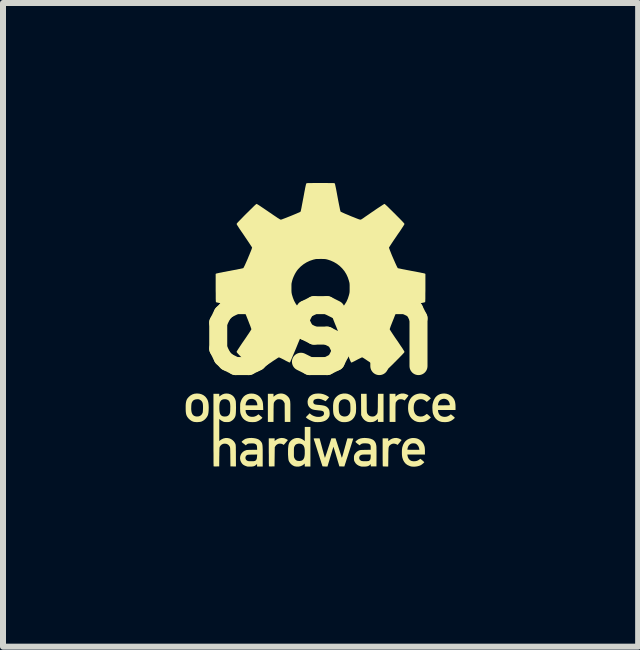
<source format=kicad_pcb>
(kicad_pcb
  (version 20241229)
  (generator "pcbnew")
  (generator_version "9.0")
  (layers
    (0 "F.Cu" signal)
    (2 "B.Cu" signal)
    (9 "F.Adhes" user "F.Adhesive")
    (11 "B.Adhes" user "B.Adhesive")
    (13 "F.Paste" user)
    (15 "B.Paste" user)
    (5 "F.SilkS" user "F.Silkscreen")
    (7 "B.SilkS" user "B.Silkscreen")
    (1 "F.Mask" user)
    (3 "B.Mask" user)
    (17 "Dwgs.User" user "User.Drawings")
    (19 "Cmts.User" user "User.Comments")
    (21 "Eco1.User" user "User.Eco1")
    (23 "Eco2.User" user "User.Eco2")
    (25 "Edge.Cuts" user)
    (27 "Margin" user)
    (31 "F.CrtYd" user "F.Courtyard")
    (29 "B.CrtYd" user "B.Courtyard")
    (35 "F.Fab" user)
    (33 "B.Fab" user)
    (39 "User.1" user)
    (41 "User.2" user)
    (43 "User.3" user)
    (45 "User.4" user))
  (footprint "osh"
    (layer "F.Cu")
    (at 2.293 2.363)
    (property "Reference" "osh" (at 0 0 0) (layer "F.SilkS") (effects (font (size 1.524 1.524) (thickness 0.3))))
    (attr through_hole)
    (fp_poly (pts (xy 1.394 1.148) (xy 1.407 1.151) (xy 1.423 1.156) (xy 1.438 1.162) (xy 1.452 1.169) (xy 1.461 1.175) (xy 1.465 1.18) (xy 1.463 1.184) (xy 1.458 1.193) (xy 1.448 1.206) (xy 1.437 1.22) (xy 1.434 1.224) (xy 1.401 1.263) (xy 1.386 1.253) (xy 1.37 1.246) (xy 1.349 1.242) (xy 1.328 1.242) (xy 1.307 1.245) (xy 1.303 1.247) (xy 1.288 1.255) (xy 1.273 1.269) (xy 1.261 1.284) (xy 1.253 1.299) (xy 1.253 1.3) (xy 1.252 1.308) (xy 1.251 1.323) (xy 1.25 1.345) (xy 1.249 1.373) (xy 1.249 1.408) (xy 1.249 1.448) (xy 1.249 1.467) (xy 1.249 1.62) (xy 1.151 1.62) (xy 1.151 1.151) (xy 1.249 1.151) (xy 1.249 1.2) (xy 1.264 1.186) (xy 1.288 1.168) (xy 1.316 1.155) (xy 1.346 1.147) (xy 1.378 1.146)) (stroke (width 0) (type solid)) (fill yes) (layer "F.SilkS"))
    (fp_poly (pts (xy -0.622 1.889) (xy -0.601 1.893) (xy -0.586 1.899) (xy -0.57 1.906) (xy -0.56 1.912) (xy -0.544 1.922) (xy -0.578 1.963) (xy -0.59 1.977) (xy -0.601 1.989) (xy -0.609 1.998) (xy -0.613 2.002) (xy -0.614 2.003) (xy -0.618 2.001) (xy -0.625 1.996) (xy -0.626 1.995) (xy -0.645 1.986) (xy -0.667 1.982) (xy -0.69 1.982) (xy -0.695 1.983) (xy -0.719 1.992) (xy -0.739 2.006) (xy -0.753 2.024) (xy -0.763 2.042) (xy -0.765 2.201) (xy -0.767 2.361) (xy -0.812 2.362) (xy -0.83 2.362) (xy -0.845 2.362) (xy -0.855 2.361) (xy -0.86 2.36) (xy -0.86 2.36) (xy -0.86 2.356) (xy -0.861 2.345) (xy -0.861 2.328) (xy -0.862 2.305) (xy -0.862 2.278) (xy -0.862 2.246) (xy -0.862 2.21) (xy -0.862 2.172) (xy -0.863 2.131) (xy -0.863 1.894) (xy -0.765 1.894) (xy -0.765 1.939) (xy -0.745 1.922) (xy -0.717 1.904) (xy -0.687 1.893) (xy -0.654 1.887)) (stroke (width 0) (type solid)) (fill yes) (layer "F.SilkS"))
    (fp_poly (pts (xy -0.635 1.148) (xy -0.607 1.155) (xy -0.58 1.168) (xy -0.556 1.186) (xy -0.536 1.206) (xy -0.521 1.228) (xy -0.517 1.237) (xy -0.514 1.246) (xy -0.511 1.254) (xy -0.508 1.264) (xy -0.506 1.276) (xy -0.505 1.29) (xy -0.504 1.307) (xy -0.503 1.328) (xy -0.503 1.354) (xy -0.503 1.386) (xy -0.503 1.424) (xy -0.503 1.452) (xy -0.503 1.62) (xy -0.596 1.62) (xy -0.597 1.465) (xy -0.598 1.31) (xy -0.609 1.288) (xy -0.623 1.268) (xy -0.64 1.253) (xy -0.662 1.245) (xy -0.683 1.242) (xy -0.699 1.242) (xy -0.713 1.243) (xy -0.722 1.245) (xy -0.738 1.254) (xy -0.755 1.267) (xy -0.768 1.283) (xy -0.774 1.294) (xy -0.776 1.298) (xy -0.778 1.303) (xy -0.779 1.309) (xy -0.78 1.317) (xy -0.781 1.327) (xy -0.781 1.34) (xy -0.782 1.358) (xy -0.782 1.38) (xy -0.783 1.408) (xy -0.783 1.442) (xy -0.783 1.465) (xy -0.784 1.62) (xy -0.878 1.62) (xy -0.878 1.151) (xy -0.784 1.151) (xy -0.784 1.201) (xy -0.766 1.185) (xy -0.74 1.167) (xy -0.709 1.153) (xy -0.676 1.147) (xy -0.643 1.147)) (stroke (width 0) (type solid)) (fill yes) (layer "F.SilkS"))
    (fp_poly (pts (xy 0.77 1.306) (xy 0.77 1.344) (xy 0.77 1.376) (xy 0.77 1.401) (xy 0.771 1.421) (xy 0.771 1.437) (xy 0.772 1.449) (xy 0.773 1.458) (xy 0.774 1.465) (xy 0.776 1.47) (xy 0.777 1.475) (xy 0.779 1.478) (xy 0.793 1.5) (xy 0.811 1.516) (xy 0.833 1.526) (xy 0.859 1.53) (xy 0.882 1.529) (xy 0.9 1.524) (xy 0.916 1.514) (xy 0.926 1.504) (xy 0.933 1.498) (xy 0.938 1.491) (xy 0.942 1.485) (xy 0.946 1.477) (xy 0.949 1.468) (xy 0.951 1.457) (xy 0.952 1.442) (xy 0.953 1.423) (xy 0.954 1.399) (xy 0.955 1.37) (xy 0.955 1.335) (xy 0.955 1.304) (xy 0.957 1.151) (xy 1.05 1.151) (xy 1.05 1.62) (xy 0.956 1.62) (xy 0.956 1.596) (xy 0.956 1.583) (xy 0.956 1.575) (xy 0.955 1.571) (xy 0.952 1.574) (xy 0.945 1.58) (xy 0.939 1.585) (xy 0.928 1.594) (xy 0.913 1.604) (xy 0.9 1.61) (xy 0.887 1.616) (xy 0.877 1.619) (xy 0.865 1.621) (xy 0.849 1.622) (xy 0.838 1.623) (xy 0.816 1.623) (xy 0.798 1.621) (xy 0.786 1.619) (xy 0.755 1.605) (xy 0.728 1.585) (xy 0.705 1.559) (xy 0.69 1.533) (xy 0.677 1.506) (xy 0.675 1.151) (xy 0.768 1.151)) (stroke (width 0) (type solid)) (fill yes) (layer "F.SilkS"))
    (fp_poly (pts (xy 1.296 1.893) (xy 1.309 1.898) (xy 1.323 1.904) (xy 1.335 1.911) (xy 1.345 1.917) (xy 1.35 1.922) (xy 1.35 1.923) (xy 1.348 1.926) (xy 1.341 1.935) (xy 1.331 1.947) (xy 1.319 1.963) (xy 1.304 1.98) (xy 1.297 1.989) (xy 1.284 2.003) (xy 1.267 1.993) (xy 1.243 1.984) (xy 1.219 1.981) (xy 1.195 1.985) (xy 1.173 1.995) (xy 1.157 2.008) (xy 1.151 2.014) (xy 1.146 2.02) (xy 1.142 2.026) (xy 1.139 2.034) (xy 1.136 2.043) (xy 1.134 2.055) (xy 1.133 2.07) (xy 1.132 2.089) (xy 1.131 2.113) (xy 1.13 2.142) (xy 1.13 2.178) (xy 1.13 2.208) (xy 1.128 2.363) (xy 1.084 2.363) (xy 1.067 2.362) (xy 1.052 2.362) (xy 1.042 2.361) (xy 1.038 2.36) (xy 1.037 2.356) (xy 1.037 2.345) (xy 1.036 2.328) (xy 1.036 2.305) (xy 1.036 2.278) (xy 1.035 2.246) (xy 1.035 2.21) (xy 1.035 2.172) (xy 1.035 2.131) (xy 1.035 2.126) (xy 1.035 1.894) (xy 1.129 1.894) (xy 1.129 1.916) (xy 1.129 1.928) (xy 1.13 1.936) (xy 1.131 1.939) (xy 1.135 1.937) (xy 1.142 1.931) (xy 1.148 1.926) (xy 1.174 1.907) (xy 1.203 1.895) (xy 1.235 1.888) (xy 1.267 1.887)) (stroke (width 0) (type solid)) (fill yes) (layer "F.SilkS"))
    (fp_poly (pts (xy 1.71 1.15) (xy 1.746 1.159) (xy 1.78 1.176) (xy 1.811 1.2) (xy 1.816 1.204) (xy 1.839 1.226) (xy 1.821 1.243) (xy 1.808 1.255) (xy 1.794 1.267) (xy 1.786 1.274) (xy 1.77 1.287) (xy 1.755 1.273) (xy 1.731 1.256) (xy 1.705 1.245) (xy 1.677 1.241) (xy 1.674 1.241) (xy 1.643 1.244) (xy 1.616 1.253) (xy 1.593 1.267) (xy 1.576 1.288) (xy 1.563 1.314) (xy 1.556 1.345) (xy 1.553 1.382) (xy 1.553 1.386) (xy 1.555 1.423) (xy 1.563 1.455) (xy 1.575 1.482) (xy 1.592 1.502) (xy 1.613 1.518) (xy 1.64 1.527) (xy 1.67 1.53) (xy 1.671 1.53) (xy 1.701 1.527) (xy 1.728 1.516) (xy 1.752 1.5) (xy 1.76 1.493) (xy 1.766 1.489) (xy 1.772 1.488) (xy 1.778 1.49) (xy 1.786 1.496) (xy 1.798 1.506) (xy 1.813 1.52) (xy 1.839 1.544) (xy 1.826 1.558) (xy 1.809 1.573) (xy 1.788 1.589) (xy 1.765 1.602) (xy 1.744 1.612) (xy 1.742 1.613) (xy 1.722 1.618) (xy 1.698 1.622) (xy 1.671 1.623) (xy 1.645 1.623) (xy 1.621 1.62) (xy 1.607 1.617) (xy 1.571 1.603) (xy 1.54 1.582) (xy 1.513 1.557) (xy 1.491 1.526) (xy 1.475 1.49) (xy 1.465 1.454) (xy 1.461 1.427) (xy 1.459 1.396) (xy 1.46 1.364) (xy 1.462 1.334) (xy 1.465 1.317) (xy 1.476 1.277) (xy 1.493 1.242) (xy 1.515 1.212) (xy 1.542 1.187) (xy 1.574 1.167) (xy 1.61 1.154) (xy 1.649 1.147) (xy 1.671 1.146)) (stroke (width 0) (type solid)) (fill yes) (layer "F.SilkS"))
    (fp_poly (pts (xy -0.169 2.363) (xy -0.263 2.363) (xy -0.263 2.313) (xy -0.277 2.326) (xy -0.303 2.345) (xy -0.333 2.358) (xy -0.365 2.365) (xy -0.398 2.365) (xy -0.431 2.36) (xy -0.434 2.359) (xy -0.46 2.347) (xy -0.484 2.33) (xy -0.505 2.309) (xy -0.521 2.286) (xy -0.531 2.264) (xy -0.535 2.246) (xy -0.538 2.221) (xy -0.54 2.193) (xy -0.542 2.161) (xy -0.542 2.128) (xy -0.542 2.126) (xy -0.444 2.126) (xy -0.444 2.152) (xy -0.444 2.172) (xy -0.444 2.187) (xy -0.443 2.197) (xy -0.442 2.206) (xy -0.44 2.213) (xy -0.437 2.219) (xy -0.435 2.224) (xy -0.422 2.245) (xy -0.406 2.259) (xy -0.386 2.268) (xy -0.361 2.271) (xy -0.348 2.271) (xy -0.327 2.268) (xy -0.311 2.263) (xy -0.306 2.26) (xy -0.291 2.248) (xy -0.28 2.232) (xy -0.271 2.211) (xy -0.266 2.184) (xy -0.263 2.151) (xy -0.263 2.126) (xy -0.263 2.092) (xy -0.266 2.064) (xy -0.271 2.041) (xy -0.279 2.023) (xy -0.289 2.008) (xy -0.298 2) (xy -0.315 1.989) (xy -0.337 1.983) (xy -0.36 1.981) (xy -0.383 1.985) (xy -0.401 1.991) (xy -0.414 1.999) (xy -0.423 2.008) (xy -0.431 2.022) (xy -0.436 2.031) (xy -0.439 2.038) (xy -0.441 2.044) (xy -0.442 2.052) (xy -0.443 2.062) (xy -0.444 2.076) (xy -0.444 2.094) (xy -0.444 2.118) (xy -0.444 2.126) (xy -0.542 2.126) (xy -0.542 2.095) (xy -0.541 2.063) (xy -0.538 2.035) (xy -0.535 2.011) (xy -0.534 2.005) (xy -0.527 1.98) (xy -0.516 1.958) (xy -0.499 1.937) (xy -0.493 1.931) (xy -0.466 1.91) (xy -0.437 1.896) (xy -0.405 1.888) (xy -0.373 1.887) (xy -0.341 1.893) (xy -0.31 1.906) (xy -0.303 1.91) (xy -0.291 1.918) (xy -0.278 1.927) (xy -0.275 1.93) (xy -0.263 1.94) (xy -0.263 1.703) (xy -0.169 1.703)) (stroke (width 0) (type solid)) (fill yes) (layer "F.SilkS"))
    (fp_poly (pts (xy -2.02 1.149) (xy -1.986 1.158) (xy -1.954 1.173) (xy -1.926 1.194) (xy -1.919 1.201) (xy -1.902 1.222) (xy -1.888 1.244) (xy -1.877 1.27) (xy -1.87 1.299) (xy -1.866 1.333) (xy -1.864 1.373) (xy -1.864 1.381) (xy -1.865 1.424) (xy -1.868 1.46) (xy -1.873 1.49) (xy -1.879 1.51) (xy -1.893 1.537) (xy -1.913 1.563) (xy -1.937 1.586) (xy -1.965 1.604) (xy -1.983 1.613) (xy -2 1.618) (xy -2.023 1.621) (xy -2.048 1.623) (xy -2.073 1.623) (xy -2.096 1.621) (xy -2.115 1.618) (xy -2.115 1.618) (xy -2.146 1.606) (xy -2.175 1.586) (xy -2.198 1.565) (xy -2.212 1.548) (xy -2.224 1.531) (xy -2.233 1.513) (xy -2.24 1.492) (xy -2.244 1.469) (xy -2.247 1.441) (xy -2.248 1.407) (xy -2.248 1.405) (xy -2.156 1.405) (xy -2.153 1.439) (xy -2.147 1.466) (xy -2.137 1.489) (xy -2.124 1.506) (xy -2.106 1.519) (xy -2.093 1.524) (xy -2.074 1.529) (xy -2.052 1.529) (xy -2.03 1.527) (xy -2.02 1.524) (xy -1.999 1.513) (xy -1.981 1.496) (xy -1.969 1.475) (xy -1.966 1.47) (xy -1.963 1.456) (xy -1.961 1.438) (xy -1.96 1.415) (xy -1.959 1.39) (xy -1.959 1.366) (xy -1.96 1.342) (xy -1.962 1.322) (xy -1.965 1.307) (xy -1.966 1.302) (xy -1.978 1.279) (xy -1.992 1.263) (xy -2.012 1.25) (xy -2.024 1.245) (xy -2.034 1.242) (xy -2.045 1.241) (xy -2.06 1.242) (xy -2.062 1.242) (xy -2.089 1.246) (xy -2.111 1.255) (xy -2.128 1.269) (xy -2.134 1.278) (xy -2.142 1.29) (xy -2.147 1.302) (xy -2.151 1.316) (xy -2.153 1.334) (xy -2.155 1.357) (xy -2.155 1.365) (xy -2.156 1.405) (xy -2.248 1.405) (xy -2.248 1.386) (xy -2.248 1.347) (xy -2.246 1.315) (xy -2.242 1.288) (xy -2.236 1.265) (xy -2.228 1.245) (xy -2.217 1.227) (xy -2.202 1.21) (xy -2.196 1.203) (xy -2.168 1.179) (xy -2.136 1.161) (xy -2.102 1.15) (xy -2.063 1.146) (xy -2.059 1.146)) (stroke (width 0) (type solid)) (fill yes) (layer "F.SilkS"))
    (fp_poly (pts (xy -1.112 1.15) (xy -1.077 1.16) (xy -1.044 1.176) (xy -1.016 1.198) (xy -0.993 1.226) (xy -0.975 1.258) (xy -0.967 1.279) (xy -0.964 1.292) (xy -0.961 1.307) (xy -0.959 1.326) (xy -0.958 1.349) (xy -0.957 1.362) (xy -0.955 1.421) (xy -1.249 1.421) (xy -1.249 1.434) (xy -1.246 1.457) (xy -1.237 1.48) (xy -1.224 1.499) (xy -1.222 1.502) (xy -1.202 1.519) (xy -1.178 1.53) (xy -1.151 1.535) (xy -1.123 1.535) (xy -1.095 1.529) (xy -1.068 1.517) (xy -1.047 1.502) (xy -1.035 1.492) (xy -1.003 1.519) (xy -0.99 1.53) (xy -0.979 1.54) (xy -0.972 1.546) (xy -0.969 1.549) (xy -0.971 1.553) (xy -0.977 1.56) (xy -0.986 1.569) (xy -0.988 1.571) (xy -1.01 1.587) (xy -1.035 1.602) (xy -1.062 1.614) (xy -1.083 1.62) (xy -1.1 1.622) (xy -1.122 1.623) (xy -1.145 1.623) (xy -1.168 1.622) (xy -1.188 1.62) (xy -1.199 1.618) (xy -1.235 1.605) (xy -1.266 1.586) (xy -1.292 1.562) (xy -1.313 1.532) (xy -1.329 1.496) (xy -1.33 1.491) (xy -1.334 1.48) (xy -1.336 1.47) (xy -1.338 1.46) (xy -1.339 1.449) (xy -1.34 1.434) (xy -1.34 1.415) (xy -1.341 1.39) (xy -1.341 1.389) (xy -1.34 1.362) (xy -1.34 1.341) (xy -1.34 1.332) (xy -1.249 1.332) (xy -1.249 1.343) (xy -1.054 1.343) (xy -1.054 1.33) (xy -1.056 1.315) (xy -1.062 1.296) (xy -1.07 1.279) (xy -1.076 1.268) (xy -1.085 1.26) (xy -1.097 1.251) (xy -1.104 1.246) (xy -1.116 1.241) (xy -1.126 1.237) (xy -1.139 1.236) (xy -1.151 1.236) (xy -1.175 1.238) (xy -1.195 1.244) (xy -1.212 1.256) (xy -1.224 1.267) (xy -1.235 1.283) (xy -1.243 1.303) (xy -1.248 1.324) (xy -1.249 1.332) (xy -1.34 1.332) (xy -1.339 1.325) (xy -1.338 1.312) (xy -1.336 1.301) (xy -1.334 1.294) (xy -1.32 1.255) (xy -1.301 1.222) (xy -1.278 1.194) (xy -1.25 1.173) (xy -1.219 1.158) (xy -1.184 1.149) (xy -1.151 1.147)) (stroke (width 0) (type solid)) (fill yes) (layer "F.SilkS"))
    (fp_poly (pts (xy 0.446 1.15) (xy 0.48 1.162) (xy 0.51 1.178) (xy 0.537 1.2) (xy 0.56 1.226) (xy 0.576 1.256) (xy 0.582 1.271) (xy 0.585 1.287) (xy 0.588 1.308) (xy 0.591 1.334) (xy 0.592 1.362) (xy 0.593 1.391) (xy 0.592 1.42) (xy 0.591 1.445) (xy 0.589 1.467) (xy 0.588 1.473) (xy 0.577 1.509) (xy 0.561 1.542) (xy 0.539 1.57) (xy 0.512 1.593) (xy 0.48 1.61) (xy 0.462 1.616) (xy 0.443 1.62) (xy 0.42 1.623) (xy 0.394 1.624) (xy 0.37 1.623) (xy 0.35 1.62) (xy 0.345 1.619) (xy 0.316 1.608) (xy 0.29 1.592) (xy 0.266 1.571) (xy 0.249 1.553) (xy 0.236 1.535) (xy 0.226 1.516) (xy 0.218 1.494) (xy 0.213 1.469) (xy 0.21 1.439) (xy 0.209 1.403) (xy 0.209 1.386) (xy 0.209 1.382) (xy 0.303 1.382) (xy 0.303 1.386) (xy 0.304 1.421) (xy 0.307 1.449) (xy 0.312 1.471) (xy 0.32 1.489) (xy 0.331 1.503) (xy 0.346 1.515) (xy 0.358 1.521) (xy 0.379 1.528) (xy 0.403 1.53) (xy 0.427 1.527) (xy 0.448 1.52) (xy 0.45 1.518) (xy 0.467 1.505) (xy 0.482 1.487) (xy 0.492 1.464) (xy 0.495 1.453) (xy 0.497 1.439) (xy 0.498 1.419) (xy 0.498 1.394) (xy 0.498 1.373) (xy 0.497 1.35) (xy 0.496 1.332) (xy 0.495 1.32) (xy 0.493 1.31) (xy 0.491 1.302) (xy 0.488 1.296) (xy 0.478 1.277) (xy 0.467 1.264) (xy 0.452 1.254) (xy 0.444 1.25) (xy 0.42 1.243) (xy 0.395 1.241) (xy 0.371 1.245) (xy 0.348 1.255) (xy 0.33 1.269) (xy 0.321 1.281) (xy 0.314 1.294) (xy 0.308 1.31) (xy 0.305 1.329) (xy 0.303 1.352) (xy 0.303 1.382) (xy 0.209 1.382) (xy 0.209 1.347) (xy 0.212 1.314) (xy 0.216 1.287) (xy 0.223 1.263) (xy 0.232 1.243) (xy 0.244 1.224) (xy 0.259 1.206) (xy 0.26 1.205) (xy 0.284 1.183) (xy 0.31 1.166) (xy 0.338 1.155) (xy 0.372 1.148) (xy 0.374 1.147) (xy 0.411 1.146)) (stroke (width 0) (type solid)) (fill yes) (layer "F.SilkS"))
    (fp_poly (pts (xy 1.573 1.889) (xy 1.609 1.896) (xy 1.641 1.91) (xy 1.671 1.93) (xy 1.696 1.955) (xy 1.716 1.985) (xy 1.73 2.019) (xy 1.734 2.033) (xy 1.737 2.051) (xy 1.739 2.074) (xy 1.74 2.102) (xy 1.74 2.11) (xy 1.74 2.164) (xy 1.447 2.164) (xy 1.45 2.182) (xy 1.457 2.21) (xy 1.47 2.235) (xy 1.488 2.254) (xy 1.506 2.266) (xy 1.519 2.271) (xy 1.536 2.274) (xy 1.553 2.276) (xy 1.583 2.274) (xy 1.61 2.268) (xy 1.635 2.255) (xy 1.645 2.248) (xy 1.654 2.241) (xy 1.661 2.236) (xy 1.664 2.235) (xy 1.668 2.237) (xy 1.676 2.244) (xy 1.686 2.252) (xy 1.698 2.262) (xy 1.71 2.272) (xy 1.72 2.282) (xy 1.726 2.288) (xy 1.729 2.291) (xy 1.726 2.296) (xy 1.719 2.304) (xy 1.708 2.313) (xy 1.696 2.323) (xy 1.683 2.333) (xy 1.672 2.34) (xy 1.67 2.341) (xy 1.644 2.352) (xy 1.614 2.36) (xy 1.581 2.365) (xy 1.549 2.366) (xy 1.519 2.364) (xy 1.498 2.359) (xy 1.475 2.35) (xy 1.453 2.34) (xy 1.441 2.333) (xy 1.416 2.313) (xy 1.395 2.287) (xy 1.378 2.257) (xy 1.365 2.22) (xy 1.364 2.217) (xy 1.36 2.196) (xy 1.357 2.17) (xy 1.356 2.142) (xy 1.356 2.112) (xy 1.357 2.083) (xy 1.357 2.082) (xy 1.448 2.082) (xy 1.451 2.083) (xy 1.462 2.084) (xy 1.479 2.084) (xy 1.501 2.085) (xy 1.529 2.085) (xy 1.547 2.085) (xy 1.647 2.085) (xy 1.645 2.067) (xy 1.638 2.042) (xy 1.627 2.02) (xy 1.612 2.001) (xy 1.595 1.987) (xy 1.58 1.98) (xy 1.559 1.977) (xy 1.536 1.977) (xy 1.516 1.98) (xy 1.515 1.981) (xy 1.498 1.988) (xy 1.482 2.001) (xy 1.469 2.015) (xy 1.463 2.025) (xy 1.459 2.035) (xy 1.454 2.049) (xy 1.45 2.064) (xy 1.448 2.077) (xy 1.448 2.082) (xy 1.357 2.082) (xy 1.36 2.058) (xy 1.363 2.042) (xy 1.376 2.002) (xy 1.394 1.968) (xy 1.417 1.939) (xy 1.444 1.917) (xy 1.475 1.901) (xy 1.51 1.891) (xy 1.536 1.888)) (stroke (width 0) (type solid)) (fill yes) (layer "F.SilkS"))
    (fp_poly (pts (xy 2.099 1.15) (xy 2.133 1.161) (xy 2.164 1.178) (xy 2.192 1.2) (xy 2.197 1.205) (xy 2.215 1.227) (xy 2.229 1.25) (xy 2.239 1.275) (xy 2.245 1.303) (xy 2.249 1.336) (xy 2.25 1.372) (xy 2.25 1.421) (xy 1.957 1.421) (xy 1.959 1.441) (xy 1.964 1.462) (xy 1.972 1.482) (xy 1.983 1.5) (xy 1.992 1.51) (xy 2.016 1.525) (xy 2.042 1.533) (xy 2.07 1.536) (xy 2.098 1.533) (xy 2.125 1.524) (xy 2.15 1.509) (xy 2.161 1.501) (xy 2.165 1.497) (xy 2.168 1.494) (xy 2.172 1.494) (xy 2.177 1.496) (xy 2.184 1.502) (xy 2.195 1.511) (xy 2.211 1.524) (xy 2.222 1.534) (xy 2.232 1.543) (xy 2.237 1.548) (xy 2.238 1.549) (xy 2.236 1.554) (xy 2.23 1.561) (xy 2.219 1.571) (xy 2.207 1.581) (xy 2.194 1.59) (xy 2.181 1.598) (xy 2.179 1.599) (xy 2.163 1.607) (xy 2.145 1.614) (xy 2.131 1.618) (xy 2.112 1.621) (xy 2.088 1.623) (xy 2.062 1.623) (xy 2.037 1.622) (xy 2.015 1.619) (xy 2.009 1.618) (xy 1.975 1.606) (xy 1.945 1.588) (xy 1.919 1.564) (xy 1.897 1.534) (xy 1.881 1.499) (xy 1.873 1.476) (xy 1.87 1.462) (xy 1.868 1.443) (xy 1.866 1.42) (xy 1.865 1.401) (xy 1.864 1.377) (xy 1.865 1.358) (xy 1.866 1.343) (xy 1.957 1.343) (xy 2.057 1.343) (xy 2.088 1.342) (xy 2.112 1.342) (xy 2.13 1.342) (xy 2.143 1.341) (xy 2.151 1.34) (xy 2.155 1.339) (xy 2.156 1.338) (xy 2.155 1.332) (xy 2.153 1.321) (xy 2.151 1.311) (xy 2.141 1.285) (xy 2.127 1.264) (xy 2.109 1.249) (xy 2.086 1.239) (xy 2.067 1.235) (xy 2.049 1.235) (xy 2.029 1.239) (xy 2.026 1.24) (xy 2.003 1.25) (xy 1.984 1.267) (xy 1.97 1.288) (xy 1.961 1.315) (xy 1.959 1.325) (xy 1.957 1.343) (xy 1.866 1.343) (xy 1.866 1.341) (xy 1.868 1.325) (xy 1.871 1.312) (xy 1.882 1.272) (xy 1.898 1.237) (xy 1.918 1.207) (xy 1.943 1.183) (xy 1.961 1.171) (xy 1.993 1.156) (xy 2.028 1.148) (xy 2.064 1.146)) (stroke (width 0) (type solid)) (fill yes) (layer "F.SilkS"))
    (fp_poly (pts (xy 0.007 1.149) (xy 0.045 1.157) (xy 0.08 1.17) (xy 0.115 1.189) (xy 0.12 1.192) (xy 0.143 1.208) (xy 0.132 1.222) (xy 0.123 1.232) (xy 0.112 1.245) (xy 0.103 1.255) (xy 0.084 1.275) (xy 0.051 1.258) (xy 0.014 1.243) (xy -0.021 1.235) (xy -0.055 1.235) (xy -0.068 1.237) (xy -0.09 1.243) (xy -0.106 1.251) (xy -0.115 1.263) (xy -0.12 1.28) (xy -0.121 1.288) (xy -0.119 1.303) (xy -0.112 1.315) (xy -0.099 1.325) (xy -0.096 1.327) (xy -0.087 1.329) (xy -0.071 1.332) (xy -0.05 1.335) (xy -0.023 1.337) (xy -0.023 1.337) (xy 0.015 1.341) (xy 0.045 1.346) (xy 0.07 1.352) (xy 0.091 1.361) (xy 0.107 1.371) (xy 0.12 1.384) (xy 0.129 1.394) (xy 0.14 1.412) (xy 0.147 1.432) (xy 0.15 1.454) (xy 0.152 1.478) (xy 0.151 1.496) (xy 0.15 1.509) (xy 0.148 1.519) (xy 0.144 1.53) (xy 0.142 1.535) (xy 0.125 1.561) (xy 0.103 1.583) (xy 0.075 1.601) (xy 0.042 1.613) (xy 0.005 1.621) (xy -0.038 1.623) (xy -0.041 1.623) (xy -0.059 1.623) (xy -0.075 1.622) (xy -0.088 1.622) (xy -0.094 1.621) (xy -0.116 1.616) (xy -0.142 1.607) (xy -0.168 1.595) (xy -0.193 1.582) (xy -0.215 1.568) (xy -0.232 1.555) (xy -0.238 1.549) (xy -0.245 1.541) (xy -0.181 1.476) (xy -0.165 1.49) (xy -0.145 1.505) (xy -0.12 1.518) (xy -0.093 1.528) (xy -0.068 1.534) (xy -0.04 1.536) (xy -0.013 1.535) (xy 0.011 1.53) (xy 0.031 1.522) (xy 0.046 1.511) (xy 0.05 1.506) (xy 0.056 1.493) (xy 0.058 1.478) (xy 0.056 1.463) (xy 0.051 1.451) (xy 0.051 1.451) (xy 0.044 1.445) (xy 0.036 1.44) (xy 0.026 1.436) (xy 0.012 1.433) (xy -0.006 1.43) (xy -0.03 1.428) (xy -0.038 1.427) (xy -0.071 1.423) (xy -0.098 1.42) (xy -0.12 1.415) (xy -0.137 1.41) (xy -0.152 1.403) (xy -0.165 1.394) (xy -0.177 1.385) (xy -0.195 1.364) (xy -0.208 1.339) (xy -0.214 1.312) (xy -0.216 1.283) (xy -0.212 1.255) (xy -0.203 1.228) (xy -0.188 1.204) (xy -0.173 1.188) (xy -0.149 1.171) (xy -0.121 1.158) (xy -0.089 1.15) (xy -0.053 1.147) (xy -0.036 1.146)) (stroke (width 0) (type solid)) (fill yes) (layer "F.SilkS"))
    (fp_poly (pts (xy 0.026 2.05) (xy 0.035 2.084) (xy 0.044 2.115) (xy 0.051 2.143) (xy 0.058 2.168) (xy 0.064 2.188) (xy 0.068 2.203) (xy 0.071 2.212) (xy 0.071 2.214) (xy 0.072 2.216) (xy 0.072 2.217) (xy 0.073 2.217) (xy 0.075 2.215) (xy 0.076 2.211) (xy 0.079 2.204) (xy 0.082 2.194) (xy 0.087 2.181) (xy 0.093 2.163) (xy 0.101 2.14) (xy 0.11 2.112) (xy 0.121 2.078) (xy 0.134 2.037) (xy 0.141 2.017) (xy 0.18 1.894) (xy 0.25 1.894) (xy 0.302 2.054) (xy 0.313 2.087) (xy 0.323 2.118) (xy 0.332 2.147) (xy 0.34 2.171) (xy 0.346 2.191) (xy 0.351 2.206) (xy 0.355 2.215) (xy 0.356 2.218) (xy 0.357 2.215) (xy 0.36 2.206) (xy 0.365 2.191) (xy 0.371 2.17) (xy 0.378 2.146) (xy 0.386 2.117) (xy 0.394 2.086) (xy 0.402 2.059) (xy 0.411 2.025) (xy 0.42 1.994) (xy 0.427 1.966) (xy 0.434 1.941) (xy 0.44 1.921) (xy 0.444 1.906) (xy 0.447 1.897) (xy 0.447 1.895) (xy 0.452 1.895) (xy 0.462 1.894) (xy 0.476 1.894) (xy 0.494 1.895) (xy 0.498 1.895) (xy 0.546 1.896) (xy 0.489 2.076) (xy 0.477 2.113) (xy 0.465 2.15) (xy 0.454 2.186) (xy 0.443 2.219) (xy 0.433 2.249) (xy 0.425 2.275) (xy 0.419 2.295) (xy 0.414 2.309) (xy 0.397 2.363) (xy 0.314 2.361) (xy 0.265 2.197) (xy 0.255 2.163) (xy 0.246 2.132) (xy 0.237 2.104) (xy 0.23 2.08) (xy 0.223 2.06) (xy 0.219 2.045) (xy 0.216 2.036) (xy 0.215 2.034) (xy 0.214 2.038) (xy 0.21 2.048) (xy 0.206 2.064) (xy 0.199 2.084) (xy 0.192 2.109) (xy 0.183 2.138) (xy 0.174 2.169) (xy 0.164 2.201) (xy 0.154 2.235) (xy 0.144 2.27) (xy 0.133 2.304) (xy 0.124 2.335) (xy 0.116 2.363) (xy 0.075 2.363) (xy 0.055 2.362) (xy 0.041 2.361) (xy 0.034 2.36) (xy 0.032 2.358) (xy 0.03 2.354) (xy 0.027 2.343) (xy 0.022 2.326) (xy 0.014 2.304) (xy 0.006 2.277) (xy -0.004 2.247) (xy -0.015 2.212) (xy -0.027 2.175) (xy -0.039 2.136) (xy -0.042 2.128) (xy -0.054 2.089) (xy -0.066 2.051) (xy -0.077 2.016) (xy -0.087 1.985) (xy -0.096 1.957) (xy -0.104 1.934) (xy -0.109 1.917) (xy -0.113 1.904) (xy -0.115 1.899) (xy -0.115 1.899) (xy -0.114 1.897) (xy -0.109 1.895) (xy -0.099 1.894) (xy -0.082 1.894) (xy -0.067 1.894) (xy -0.016 1.894)) (stroke (width 0) (type solid)) (fill yes) (layer "F.SilkS"))
    (fp_poly (pts (xy 0.756 1.888) (xy 0.798 1.892) (xy 0.834 1.9) (xy 0.864 1.912) (xy 0.888 1.928) (xy 0.907 1.95) (xy 0.92 1.975) (xy 0.928 2.006) (xy 0.93 2.019) (xy 0.931 2.029) (xy 0.932 2.047) (xy 0.932 2.069) (xy 0.933 2.097) (xy 0.933 2.128) (xy 0.933 2.162) (xy 0.933 2.197) (xy 0.933 2.205) (xy 0.932 2.361) (xy 0.838 2.361) (xy 0.836 2.322) (xy 0.825 2.334) (xy 0.811 2.346) (xy 0.795 2.355) (xy 0.774 2.361) (xy 0.748 2.364) (xy 0.731 2.365) (xy 0.705 2.365) (xy 0.683 2.364) (xy 0.669 2.361) (xy 0.636 2.349) (xy 0.608 2.332) (xy 0.585 2.31) (xy 0.568 2.282) (xy 0.567 2.281) (xy 0.562 2.27) (xy 0.559 2.26) (xy 0.558 2.248) (xy 0.557 2.233) (xy 0.557 2.222) (xy 0.557 2.219) (xy 0.645 2.219) (xy 0.646 2.232) (xy 0.649 2.241) (xy 0.656 2.251) (xy 0.656 2.252) (xy 0.666 2.261) (xy 0.677 2.268) (xy 0.69 2.272) (xy 0.708 2.274) (xy 0.73 2.275) (xy 0.748 2.275) (xy 0.77 2.275) (xy 0.786 2.273) (xy 0.798 2.272) (xy 0.806 2.269) (xy 0.809 2.268) (xy 0.821 2.258) (xy 0.83 2.244) (xy 0.834 2.224) (xy 0.836 2.198) (xy 0.836 2.197) (xy 0.836 2.164) (xy 0.764 2.164) (xy 0.738 2.164) (xy 0.719 2.164) (xy 0.704 2.165) (xy 0.693 2.166) (xy 0.685 2.168) (xy 0.679 2.17) (xy 0.677 2.171) (xy 0.66 2.181) (xy 0.65 2.194) (xy 0.645 2.211) (xy 0.645 2.219) (xy 0.557 2.219) (xy 0.557 2.204) (xy 0.558 2.19) (xy 0.561 2.18) (xy 0.564 2.17) (xy 0.567 2.163) (xy 0.581 2.142) (xy 0.6 2.121) (xy 0.623 2.105) (xy 0.64 2.096) (xy 0.648 2.093) (xy 0.655 2.091) (xy 0.664 2.089) (xy 0.675 2.088) (xy 0.689 2.087) (xy 0.708 2.087) (xy 0.733 2.086) (xy 0.749 2.086) (xy 0.836 2.084) (xy 0.836 2.05) (xy 0.836 2.032) (xy 0.835 2.02) (xy 0.833 2.012) (xy 0.829 2.005) (xy 0.828 2.002) (xy 0.817 1.991) (xy 0.801 1.983) (xy 0.78 1.979) (xy 0.752 1.977) (xy 0.747 1.977) (xy 0.72 1.977) (xy 0.699 1.98) (xy 0.683 1.985) (xy 0.67 1.993) (xy 0.665 1.998) (xy 0.651 2.01) (xy 0.616 1.984) (xy 0.603 1.973) (xy 0.591 1.963) (xy 0.584 1.956) (xy 0.581 1.953) (xy 0.584 1.947) (xy 0.592 1.939) (xy 0.603 1.929) (xy 0.615 1.92) (xy 0.628 1.911) (xy 0.635 1.907) (xy 0.663 1.896) (xy 0.694 1.89) (xy 0.73 1.887)) (stroke (width 0) (type solid)) (fill yes) (layer "F.SilkS"))
    (fp_poly (pts (xy -1.111 1.89) (xy -1.077 1.896) (xy -1.046 1.906) (xy -1.035 1.911) (xy -1.017 1.923) (xy -0.999 1.94) (xy -0.985 1.958) (xy -0.98 1.967) (xy -0.976 1.975) (xy -0.973 1.983) (xy -0.971 1.993) (xy -0.969 2.004) (xy -0.967 2.018) (xy -0.966 2.036) (xy -0.965 2.058) (xy -0.964 2.084) (xy -0.964 2.116) (xy -0.964 2.154) (xy -0.964 2.195) (xy -0.964 2.363) (xy -1.058 2.363) (xy -1.058 2.32) (xy -1.072 2.334) (xy -1.087 2.346) (xy -1.103 2.355) (xy -1.122 2.361) (xy -1.146 2.364) (xy -1.164 2.365) (xy -1.183 2.365) (xy -1.201 2.365) (xy -1.215 2.364) (xy -1.222 2.363) (xy -1.24 2.357) (xy -1.261 2.349) (xy -1.28 2.339) (xy -1.293 2.33) (xy -1.308 2.315) (xy -1.321 2.296) (xy -1.332 2.273) (xy -1.337 2.258) (xy -1.342 2.226) (xy -1.341 2.216) (xy -1.252 2.216) (xy -1.25 2.234) (xy -1.243 2.249) (xy -1.231 2.261) (xy -1.221 2.267) (xy -1.211 2.271) (xy -1.198 2.274) (xy -1.182 2.275) (xy -1.161 2.275) (xy -1.149 2.275) (xy -1.128 2.275) (xy -1.113 2.274) (xy -1.102 2.272) (xy -1.094 2.27) (xy -1.088 2.267) (xy -1.088 2.267) (xy -1.076 2.258) (xy -1.068 2.245) (xy -1.062 2.228) (xy -1.059 2.205) (xy -1.059 2.197) (xy -1.056 2.163) (xy -1.135 2.165) (xy -1.162 2.165) (xy -1.183 2.166) (xy -1.198 2.166) (xy -1.209 2.168) (xy -1.217 2.169) (xy -1.223 2.171) (xy -1.226 2.172) (xy -1.24 2.184) (xy -1.249 2.199) (xy -1.252 2.216) (xy -1.341 2.216) (xy -1.339 2.196) (xy -1.33 2.167) (xy -1.315 2.142) (xy -1.295 2.12) (xy -1.27 2.103) (xy -1.24 2.091) (xy -1.233 2.089) (xy -1.225 2.088) (xy -1.21 2.087) (xy -1.19 2.086) (xy -1.168 2.086) (xy -1.143 2.085) (xy -1.137 2.085) (xy -1.057 2.085) (xy -1.058 2.05) (xy -1.06 2.028) (xy -1.063 2.013) (xy -1.069 2.001) (xy -1.078 1.993) (xy -1.09 1.986) (xy -1.097 1.983) (xy -1.105 1.98) (xy -1.116 1.979) (xy -1.131 1.978) (xy -1.152 1.978) (xy -1.153 1.978) (xy -1.177 1.979) (xy -1.195 1.98) (xy -1.209 1.983) (xy -1.22 1.988) (xy -1.229 1.995) (xy -1.236 2.001) (xy -1.245 2.011) (xy -1.28 1.983) (xy -1.294 1.973) (xy -1.306 1.963) (xy -1.313 1.957) (xy -1.316 1.953) (xy -1.316 1.953) (xy -1.313 1.948) (xy -1.306 1.94) (xy -1.295 1.931) (xy -1.282 1.921) (xy -1.269 1.912) (xy -1.257 1.905) (xy -1.251 1.902) (xy -1.22 1.893) (xy -1.185 1.888) (xy -1.148 1.887)) (stroke (width 0) (type solid)) (fill yes) (layer "F.SilkS"))
    (fp_poly (pts (xy -1.537 1.149) (xy -1.534 1.149) (xy -1.501 1.16) (xy -1.473 1.176) (xy -1.449 1.198) (xy -1.431 1.224) (xy -1.418 1.255) (xy -1.413 1.275) (xy -1.412 1.286) (xy -1.411 1.303) (xy -1.41 1.324) (xy -1.41 1.349) (xy -1.409 1.375) (xy -1.409 1.388) (xy -1.41 1.427) (xy -1.411 1.459) (xy -1.413 1.486) (xy -1.416 1.509) (xy -1.421 1.527) (xy -1.428 1.543) (xy -1.437 1.558) (xy -1.447 1.571) (xy -1.456 1.581) (xy -1.47 1.593) (xy -1.486 1.604) (xy -1.498 1.611) (xy -1.509 1.616) (xy -1.518 1.619) (xy -1.527 1.621) (xy -1.54 1.622) (xy -1.557 1.622) (xy -1.564 1.622) (xy -1.583 1.622) (xy -1.597 1.621) (xy -1.607 1.62) (xy -1.616 1.617) (xy -1.626 1.613) (xy -1.631 1.61) (xy -1.647 1.602) (xy -1.662 1.592) (xy -1.672 1.584) (xy -1.688 1.571) (xy -1.688 1.94) (xy -1.673 1.926) (xy -1.646 1.908) (xy -1.616 1.895) (xy -1.583 1.888) (xy -1.553 1.888) (xy -1.523 1.893) (xy -1.493 1.905) (xy -1.467 1.923) (xy -1.444 1.945) (xy -1.427 1.97) (xy -1.421 1.983) (xy -1.419 1.988) (xy -1.417 1.993) (xy -1.416 1.998) (xy -1.414 2.005) (xy -1.414 2.014) (xy -1.413 2.025) (xy -1.412 2.04) (xy -1.412 2.059) (xy -1.412 2.083) (xy -1.411 2.112) (xy -1.411 2.147) (xy -1.411 2.184) (xy -1.41 2.363) (xy -1.502 2.361) (xy -1.504 2.203) (xy -1.504 2.165) (xy -1.505 2.133) (xy -1.505 2.107) (xy -1.506 2.087) (xy -1.506 2.071) (xy -1.507 2.059) (xy -1.508 2.05) (xy -1.509 2.043) (xy -1.51 2.038) (xy -1.512 2.034) (xy -1.514 2.031) (xy -1.529 2.009) (xy -1.548 1.994) (xy -1.57 1.985) (xy -1.596 1.982) (xy -1.622 1.985) (xy -1.645 1.995) (xy -1.663 2.01) (xy -1.678 2.031) (xy -1.68 2.035) (xy -1.681 2.039) (xy -1.683 2.044) (xy -1.684 2.051) (xy -1.685 2.06) (xy -1.685 2.073) (xy -1.686 2.09) (xy -1.686 2.111) (xy -1.687 2.138) (xy -1.687 2.171) (xy -1.688 2.203) (xy -1.689 2.361) (xy -1.735 2.362) (xy -1.752 2.362) (xy -1.767 2.362) (xy -1.778 2.361) (xy -1.782 2.36) (xy -1.782 2.36) (xy -1.783 2.356) (xy -1.783 2.345) (xy -1.783 2.327) (xy -1.784 2.303) (xy -1.784 2.273) (xy -1.784 2.238) (xy -1.784 2.197) (xy -1.784 2.152) (xy -1.785 2.102) (xy -1.785 2.049) (xy -1.785 1.992) (xy -1.785 1.931) (xy -1.785 1.868) (xy -1.785 1.803) (xy -1.785 1.754) (xy -1.785 1.394) (xy -1.687 1.394) (xy -1.687 1.402) (xy -1.685 1.435) (xy -1.681 1.462) (xy -1.675 1.483) (xy -1.666 1.5) (xy -1.655 1.512) (xy -1.64 1.522) (xy -1.635 1.524) (xy -1.62 1.528) (xy -1.6 1.53) (xy -1.58 1.529) (xy -1.562 1.526) (xy -1.554 1.523) (xy -1.542 1.516) (xy -1.531 1.507) (xy -1.529 1.505) (xy -1.522 1.496) (xy -1.516 1.485) (xy -1.511 1.473) (xy -1.508 1.457) (xy -1.506 1.436) (xy -1.505 1.41) (xy -1.505 1.397) (xy -1.504 1.36) (xy -1.506 1.331) (xy -1.509 1.307) (xy -1.515 1.288) (xy -1.523 1.273) (xy -1.534 1.261) (xy -1.548 1.252) (xy -1.55 1.251) (xy -1.565 1.245) (xy -1.579 1.242) (xy -1.595 1.241) (xy -1.619 1.243) (xy -1.639 1.249) (xy -1.656 1.26) (xy -1.668 1.275) (xy -1.678 1.296) (xy -1.684 1.322) (xy -1.687 1.355) (xy -1.687 1.394) (xy -1.785 1.394) (xy -1.785 1.151) (xy -1.688 1.151) (xy -1.688 1.197) (xy -1.668 1.182) (xy -1.637 1.162) (xy -1.604 1.15) (xy -1.571 1.146)) (stroke (width 0) (type solid)) (fill yes) (layer "F.SilkS"))
    (fp_poly (pts (xy 0.049 -2.363) (xy 0.089 -2.363) (xy 0.124 -2.362) (xy 0.152 -2.362) (xy 0.175 -2.362) (xy 0.193 -2.362) (xy 0.207 -2.361) (xy 0.218 -2.361) (xy 0.226 -2.36) (xy 0.231 -2.359) (xy 0.234 -2.358) (xy 0.236 -2.357) (xy 0.237 -2.356) (xy 0.239 -2.351) (xy 0.243 -2.338) (xy 0.247 -2.318) (xy 0.253 -2.291) (xy 0.26 -2.257) (xy 0.268 -2.215) (xy 0.277 -2.166) (xy 0.285 -2.122) (xy 0.295 -2.069) (xy 0.304 -2.023) (xy 0.312 -1.983) (xy 0.319 -1.95) (xy 0.324 -1.923) (xy 0.329 -1.904) (xy 0.332 -1.891) (xy 0.334 -1.886) (xy 0.339 -1.883) (xy 0.349 -1.878) (xy 0.366 -1.87) (xy 0.386 -1.861) (xy 0.41 -1.85) (xy 0.437 -1.839) (xy 0.466 -1.827) (xy 0.496 -1.814) (xy 0.525 -1.802) (xy 0.554 -1.791) (xy 0.581 -1.78) (xy 0.606 -1.77) (xy 0.627 -1.762) (xy 0.644 -1.756) (xy 0.656 -1.753) (xy 0.662 -1.751) (xy 0.675 -1.754) (xy 0.69 -1.762) (xy 0.692 -1.764) (xy 0.699 -1.768) (xy 0.711 -1.776) (xy 0.728 -1.788) (xy 0.749 -1.803) (xy 0.774 -1.82) (xy 0.802 -1.839) (xy 0.832 -1.86) (xy 0.864 -1.882) (xy 0.884 -1.895) (xy 0.921 -1.921) (xy 0.955 -1.944) (xy 0.986 -1.964) (xy 1.012 -1.981) (xy 1.033 -1.995) (xy 1.049 -2.005) (xy 1.06 -2.012) (xy 1.066 -2.014) (xy 1.066 -2.014) (xy 1.069 -2.012) (xy 1.075 -2.008) (xy 1.084 -2) (xy 1.097 -1.988) (xy 1.114 -1.973) (xy 1.134 -1.953) (xy 1.158 -1.929) (xy 1.188 -1.9) (xy 1.221 -1.867) (xy 1.237 -1.852) (xy 1.271 -1.817) (xy 1.3 -1.788) (xy 1.325 -1.763) (xy 1.345 -1.742) (xy 1.362 -1.725) (xy 1.374 -1.711) (xy 1.384 -1.701) (xy 1.391 -1.692) (xy 1.396 -1.686) (xy 1.398 -1.682) (xy 1.399 -1.679) (xy 1.397 -1.675) (xy 1.393 -1.666) (xy 1.385 -1.653) (xy 1.374 -1.635) (xy 1.359 -1.613) (xy 1.341 -1.585) (xy 1.319 -1.552) (xy 1.292 -1.514) (xy 1.271 -1.483) (xy 1.248 -1.449) (xy 1.226 -1.417) (xy 1.206 -1.387) (xy 1.188 -1.36) (xy 1.173 -1.337) (xy 1.16 -1.317) (xy 1.15 -1.301) (xy 1.144 -1.291) (xy 1.141 -1.286) (xy 1.142 -1.281) (xy 1.146 -1.269) (xy 1.152 -1.252) (xy 1.16 -1.231) (xy 1.17 -1.206) (xy 1.181 -1.178) (xy 1.193 -1.149) (xy 1.206 -1.119) (xy 1.219 -1.089) (xy 1.232 -1.06) (xy 1.244 -1.032) (xy 1.256 -1.006) (xy 1.266 -0.984) (xy 1.275 -0.966) (xy 1.282 -0.953) (xy 1.286 -0.945) (xy 1.288 -0.944) (xy 1.293 -0.942) (xy 1.304 -0.939) (xy 1.322 -0.936) (xy 1.345 -0.931) (xy 1.373 -0.925) (xy 1.405 -0.919) (xy 1.44 -0.912) (xy 1.478 -0.905) (xy 1.513 -0.898) (xy 1.553 -0.891) (xy 1.59 -0.884) (xy 1.625 -0.877) (xy 1.657 -0.871) (xy 1.684 -0.865) (xy 1.707 -0.861) (xy 1.724 -0.857) (xy 1.735 -0.854) (xy 1.739 -0.853) (xy 1.748 -0.847) (xy 1.748 -0.616) (xy 1.748 -0.566) (xy 1.747 -0.523) (xy 1.747 -0.487) (xy 1.747 -0.457) (xy 1.747 -0.432) (xy 1.746 -0.413) (xy 1.746 -0.398) (xy 1.745 -0.388) (xy 1.744 -0.381) (xy 1.743 -0.378) (xy 1.743 -0.377) (xy 1.74 -0.376) (xy 1.734 -0.374) (xy 1.725 -0.371) (xy 1.711 -0.368) (xy 1.693 -0.364) (xy 1.67 -0.359) (xy 1.641 -0.353) (xy 1.606 -0.347) (xy 1.565 -0.339) (xy 1.526 -0.332) (xy 1.487 -0.324) (xy 1.45 -0.317) (xy 1.416 -0.311) (xy 1.385 -0.305) (xy 1.358 -0.3) (xy 1.336 -0.295) (xy 1.319 -0.292) (xy 1.308 -0.289) (xy 1.305 -0.289) (xy 1.296 -0.283) (xy 1.291 -0.278) (xy 1.289 -0.273) (xy 1.284 -0.262) (xy 1.277 -0.245) (xy 1.268 -0.223) (xy 1.258 -0.198) (xy 1.246 -0.169) (xy 1.233 -0.137) (xy 1.22 -0.103) (xy 1.219 -0.101) (xy 1.203 -0.061) (xy 1.189 -0.026) (xy 1.178 0.002) (xy 1.169 0.025) (xy 1.163 0.043) (xy 1.158 0.057) (xy 1.155 0.067) (xy 1.154 0.074) (xy 1.154 0.078) (xy 1.154 0.078) (xy 1.156 0.083) (xy 1.163 0.093) (xy 1.173 0.109) (xy 1.186 0.129) (xy 1.201 0.152) (xy 1.219 0.179) (xy 1.239 0.209) (xy 1.261 0.241) (xy 1.278 0.265) (xy 1.306 0.306) (xy 1.329 0.341) (xy 1.349 0.37) (xy 1.366 0.395) (xy 1.378 0.415) (xy 1.388 0.43) (xy 1.394 0.441) (xy 1.398 0.449) (xy 1.399 0.452) (xy 1.398 0.455) (xy 1.396 0.459) (xy 1.392 0.465) (xy 1.385 0.473) (xy 1.376 0.483) (xy 1.364 0.496) (xy 1.349 0.512) (xy 1.329 0.532) (xy 1.306 0.556) (xy 1.278 0.584) (xy 1.245 0.618) (xy 1.242 0.62) (xy 1.208 0.655) (xy 1.178 0.684) (xy 1.152 0.709) (xy 1.131 0.73) (xy 1.114 0.747) (xy 1.099 0.761) (xy 1.088 0.771) (xy 1.079 0.778) (xy 1.072 0.783) (xy 1.067 0.786) (xy 1.063 0.787) (xy 1.062 0.788) (xy 1.058 0.785) (xy 1.049 0.78) (xy 1.035 0.77) (xy 1.016 0.758) (xy 0.993 0.742) (xy 0.967 0.724) (xy 0.938 0.705) (xy 0.907 0.683) (xy 0.881 0.666) (xy 0.841 0.638) (xy 0.805 0.614) (xy 0.773 0.593) (xy 0.747 0.575) (xy 0.725 0.561) (xy 0.709 0.551) (xy 0.699 0.546) (xy 0.694 0.544) (xy 0.689 0.545) (xy 0.677 0.55) (xy 0.661 0.558) (xy 0.642 0.567) (xy 0.62 0.578) (xy 0.604 0.587) (xy 0.581 0.599) (xy 0.56 0.61) (xy 0.543 0.618) (xy 0.529 0.625) (xy 0.52 0.629) (xy 0.517 0.63) (xy 0.509 0.627) (xy 0.507 0.625) (xy 0.505 0.621) (xy 0.501 0.611) (xy 0.493 0.594) (xy 0.484 0.572) (xy 0.473 0.545) (xy 0.459 0.513) (xy 0.444 0.477) (xy 0.428 0.437) (xy 0.41 0.394) (xy 0.39 0.348) (xy 0.37 0.299) (xy 0.349 0.249) (xy 0.347 0.243) (xy 0.321 0.179) (xy 0.297 0.123) (xy 0.277 0.073) (xy 0.259 0.028) (xy 0.243 -0.01) (xy 0.23 -0.043) (xy 0.219 -0.071) (xy 0.21 -0.094) (xy 0.203 -0.112) (xy 0.198 -0.126) (xy 0.195 -0.136) (xy 0.193 -0.142) (xy 0.193 -0.145) (xy 0.198 -0.153) (xy 0.209 -0.162) (xy 0.213 -0.165) (xy 0.27 -0.203) (xy 0.32 -0.243) (xy 0.364 -0.286) (xy 0.4 -0.333) (xy 0.431 -0.382) (xy 0.455 -0.435) (xy 0.473 -0.491) (xy 0.479 -0.515) (xy 0.482 -0.529) (xy 0.484 -0.545) (xy 0.485 -0.564) (xy 0.485 -0.587) (xy 0.485 -0.616) (xy 0.485 -0.617) (xy 0.485 -0.642) (xy 0.485 -0.662) (xy 0.484 -0.677) (xy 0.483 -0.691) (xy 0.481 -0.703) (xy 0.477 -0.717) (xy 0.473 -0.733) (xy 0.473 -0.733) (xy 0.454 -0.79) (xy 0.429 -0.844) (xy 0.398 -0.894) (xy 0.361 -0.939) (xy 0.319 -0.98) (xy 0.272 -1.016) (xy 0.221 -1.046) (xy 0.167 -1.07) (xy 0.121 -1.085) (xy 0.106 -1.089) (xy 0.093 -1.092) (xy 0.081 -1.094) (xy 0.069 -1.095) (xy 0.055 -1.096) (xy 0.037 -1.096) (xy 0.014 -1.097) (xy 0 -1.097) (xy -0.026 -1.096) (xy -0.047 -1.096) (xy -0.062 -1.096) (xy -0.075 -1.095) (xy -0.087 -1.093) (xy -0.099 -1.09) (xy -0.113 -1.087) (xy -0.121 -1.085) (xy -0.178 -1.066) (xy -0.233 -1.04) (xy -0.284 -1.008) (xy -0.331 -0.97) (xy -0.373 -0.927) (xy -0.393 -0.902) (xy -0.41 -0.876) (xy -0.428 -0.845) (xy -0.444 -0.812) (xy -0.459 -0.777) (xy -0.47 -0.744) (xy -0.473 -0.733) (xy -0.477 -0.717) (xy -0.48 -0.704) (xy -0.483 -0.692) (xy -0.484 -0.68) (xy -0.485 -0.665) (xy -0.485 -0.647) (xy -0.485 -0.623) (xy -0.485 -0.613) (xy -0.485 -0.586) (xy -0.485 -0.565) (xy -0.484 -0.549) (xy -0.483 -0.535) (xy -0.481 -0.523) (xy -0.478 -0.51) (xy -0.477 -0.503) (xy -0.46 -0.448) (xy -0.44 -0.398) (xy -0.414 -0.351) (xy -0.383 -0.308) (xy -0.345 -0.267) (xy -0.302 -0.228) (xy -0.252 -0.19) (xy -0.219 -0.168) (xy -0.204 -0.158) (xy -0.195 -0.149) (xy -0.193 -0.144) (xy -0.193 -0.141) (xy -0.195 -0.134) (xy -0.199 -0.123) (xy -0.204 -0.108) (xy -0.212 -0.088) (xy -0.222 -0.064) (xy -0.233 -0.034) (xy -0.247 0.001) (xy -0.264 0.041) (xy -0.283 0.088) (xy -0.305 0.14) (xy -0.329 0.199) (xy -0.347 0.243) (xy -0.368 0.293) (xy -0.388 0.342) (xy -0.407 0.389) (xy -0.425 0.432) (xy -0.442 0.472) (xy -0.458 0.509) (xy -0.471 0.541) (xy -0.483 0.569) (xy -0.493 0.592) (xy -0.5 0.609) (xy -0.505 0.62) (xy -0.507 0.625) (xy -0.507 0.625) (xy -0.514 0.63) (xy -0.517 0.63) (xy -0.521 0.628) (xy -0.532 0.624) (xy -0.547 0.616) (xy -0.566 0.607) (xy -0.587 0.596) (xy -0.604 0.586) (xy -0.632 0.572) (xy -0.654 0.561) (xy -0.671 0.553) (xy -0.683 0.548) (xy -0.692 0.545) (xy -0.697 0.545) (xy -0.702 0.547) (xy -0.712 0.553) (xy -0.728 0.563) (xy -0.747 0.576) (xy -0.771 0.591) (xy -0.797 0.608) (xy -0.825 0.628) (xy -0.855 0.648) (xy -0.857 0.649) (xy -0.897 0.677) (xy -0.932 0.701) (xy -0.961 0.721) (xy -0.986 0.738) (xy -1.006 0.752) (xy -1.022 0.762) (xy -1.035 0.771) (xy -1.045 0.777) (xy -1.052 0.782) (xy -1.057 0.785) (xy -1.06 0.787) (xy -1.062 0.787) (xy -1.063 0.788) (xy -1.069 0.786) (xy -1.077 0.781) (xy -1.078 0.78) (xy -1.083 0.777) (xy -1.092 0.768) (xy -1.106 0.755) (xy -1.123 0.738) (xy -1.144 0.718) (xy -1.168 0.694) (xy -1.193 0.669) (xy -1.221 0.642) (xy -1.244 0.618) (xy -1.277 0.585) (xy -1.306 0.556) (xy -1.329 0.532) (xy -1.349 0.512) (xy -1.364 0.496) (xy -1.376 0.483) (xy -1.385 0.473) (xy -1.392 0.465) (xy -1.396 0.459) (xy -1.398 0.455) (xy -1.399 0.452) (xy -1.398 0.448) (xy -1.394 0.44) (xy -1.387 0.429) (xy -1.377 0.413) (xy -1.364 0.393) (xy -1.347 0.367) (xy -1.327 0.337) (xy -1.303 0.301) (xy -1.278 0.265) (xy -1.255 0.232) (xy -1.234 0.201) (xy -1.215 0.172) (xy -1.197 0.146) (xy -1.182 0.123) (xy -1.17 0.104) (xy -1.161 0.09) (xy -1.155 0.081) (xy -1.154 0.078) (xy -1.154 0.074) (xy -1.155 0.067) (xy -1.158 0.057) (xy -1.163 0.044) (xy -1.169 0.026) (xy -1.178 0.003) (xy -1.189 -0.025) (xy -1.202 -0.059) (xy -1.218 -0.1) (xy -1.219 -0.101) (xy -1.232 -0.135) (xy -1.245 -0.167) (xy -1.257 -0.196) (xy -1.268 -0.222) (xy -1.277 -0.244) (xy -1.284 -0.261) (xy -1.288 -0.272) (xy -1.291 -0.277) (xy -1.291 -0.278) (xy -1.298 -0.285) (xy -1.305 -0.289) (xy -1.31 -0.29) (xy -1.322 -0.293) (xy -1.34 -0.296) (xy -1.364 -0.301) (xy -1.392 -0.306) (xy -1.424 -0.312) (xy -1.459 -0.319) (xy -1.496 -0.326) (xy -1.526 -0.332) (xy -1.574 -0.341) (xy -1.614 -0.348) (xy -1.648 -0.355) (xy -1.676 -0.36) (xy -1.698 -0.365) (xy -1.716 -0.369) (xy -1.728 -0.372) (xy -1.737 -0.374) (xy -1.742 -0.376) (xy -1.743 -0.378) (xy -1.744 -0.381) (xy -1.745 -0.387) (xy -1.746 -0.397) (xy -1.746 -0.412) (xy -1.747 -0.431) (xy -1.747 -0.455) (xy -1.747 -0.485) (xy -1.747 -0.522) (xy -1.748 -0.564) (xy -1.748 -0.614) (xy -1.748 -0.847) (xy -1.739 -0.853) (xy -1.734 -0.854) (xy -1.722 -0.857) (xy -1.704 -0.861) (xy -1.681 -0.866) (xy -1.653 -0.871) (xy -1.621 -0.878) (xy -1.586 -0.884) (xy -1.548 -0.892) (xy -1.513 -0.898) (xy -1.474 -0.906) (xy -1.436 -0.913) (xy -1.401 -0.919) (xy -1.37 -0.926) (xy -1.343 -0.931) (xy -1.32 -0.936) (xy -1.303 -0.94) (xy -1.292 -0.942) (xy -1.288 -0.944) (xy -1.284 -0.949) (xy -1.278 -0.96) (xy -1.27 -0.976) (xy -1.26 -0.996) (xy -1.249 -1.021) (xy -1.237 -1.048) (xy -1.224 -1.077) (xy -1.211 -1.107) (xy -1.199 -1.137) (xy -1.186 -1.167) (xy -1.175 -1.195) (xy -1.164 -1.221) (xy -1.155 -1.244) (xy -1.148 -1.262) (xy -1.144 -1.277) (xy -1.141 -1.285) (xy -1.141 -1.287) (xy -1.144 -1.291) (xy -1.15 -1.302) (xy -1.16 -1.317) (xy -1.173 -1.337) (xy -1.189 -1.361) (xy -1.207 -1.388) (xy -1.227 -1.418) (xy -1.249 -1.45) (xy -1.271 -1.483) (xy -1.3 -1.526) (xy -1.326 -1.563) (xy -1.347 -1.594) (xy -1.364 -1.62) (xy -1.377 -1.641) (xy -1.388 -1.657) (xy -1.394 -1.669) (xy -1.398 -1.676) (xy -1.399 -1.679) (xy -1.398 -1.682) (xy -1.396 -1.686) (xy -1.391 -1.692) (xy -1.384 -1.701) (xy -1.374 -1.712) (xy -1.361 -1.725) (xy -1.345 -1.742) (xy -1.324 -1.763) (xy -1.3 -1.788) (xy -1.271 -1.818) (xy -1.237 -1.852) (xy -1.202 -1.886) (xy -1.172 -1.916) (xy -1.146 -1.941) (xy -1.125 -1.962) (xy -1.108 -1.979) (xy -1.094 -1.992) (xy -1.083 -2.002) (xy -1.075 -2.008) (xy -1.069 -2.012) (xy -1.066 -2.014) (xy -1.065 -2.014) (xy -1.06 -2.012) (xy -1.049 -2.005) (xy -1.032 -1.995) (xy -1.009 -1.98) (xy -0.981 -1.961) (xy -0.948 -1.939) (xy -0.91 -1.913) (xy -0.867 -1.884) (xy -0.865 -1.882) (xy -0.824 -1.855) (xy -0.79 -1.831) (xy -0.76 -1.811) (xy -0.736 -1.795) (xy -0.716 -1.781) (xy -0.699 -1.771) (xy -0.686 -1.763) (xy -0.677 -1.757) (xy -0.669 -1.754) (xy -0.664 -1.752) (xy -0.662 -1.751) (xy -0.655 -1.753) (xy -0.642 -1.757) (xy -0.624 -1.764) (xy -0.6 -1.773) (xy -0.571 -1.784) (xy -0.539 -1.797) (xy -0.503 -1.811) (xy -0.503 -1.811) (xy -0.464 -1.827) (xy -0.433 -1.84) (xy -0.406 -1.851) (xy -0.386 -1.86) (xy -0.369 -1.867) (xy -0.357 -1.872) (xy -0.348 -1.876) (xy -0.341 -1.88) (xy -0.337 -1.883) (xy -0.334 -1.885) (xy -0.332 -1.888) (xy -0.331 -1.89) (xy -0.331 -1.891) (xy -0.329 -1.896) (xy -0.327 -1.908) (xy -0.323 -1.926) (xy -0.318 -1.949) (xy -0.313 -1.977) (xy -0.307 -2.009) (xy -0.3 -2.045) (xy -0.293 -2.083) (xy -0.285 -2.123) (xy -0.285 -2.124) (xy -0.276 -2.172) (xy -0.269 -2.212) (xy -0.262 -2.246) (xy -0.257 -2.275) (xy -0.252 -2.298) (xy -0.248 -2.316) (xy -0.245 -2.33) (xy -0.242 -2.341) (xy -0.24 -2.348) (xy -0.238 -2.353) (xy -0.236 -2.356) (xy -0.236 -2.356) (xy -0.234 -2.357) (xy -0.231 -2.359) (xy -0.226 -2.36) (xy -0.22 -2.36) (xy -0.211 -2.361) (xy -0.198 -2.362) (xy -0.182 -2.362) (xy -0.161 -2.362) (xy -0.136 -2.362) (xy -0.105 -2.363) (xy -0.068 -2.363) (xy -0.024 -2.363) (xy 0.002 -2.363)) (stroke (width 0) (type solid)) (fill yes) (layer "F.SilkS")))
  (gr_rect
    (start -3 -3)
    (end 7.587 7.729)
    (stroke (width 0.1) (type default))
    (fill no)
    (layer "Edge.Cuts")))
</source>
